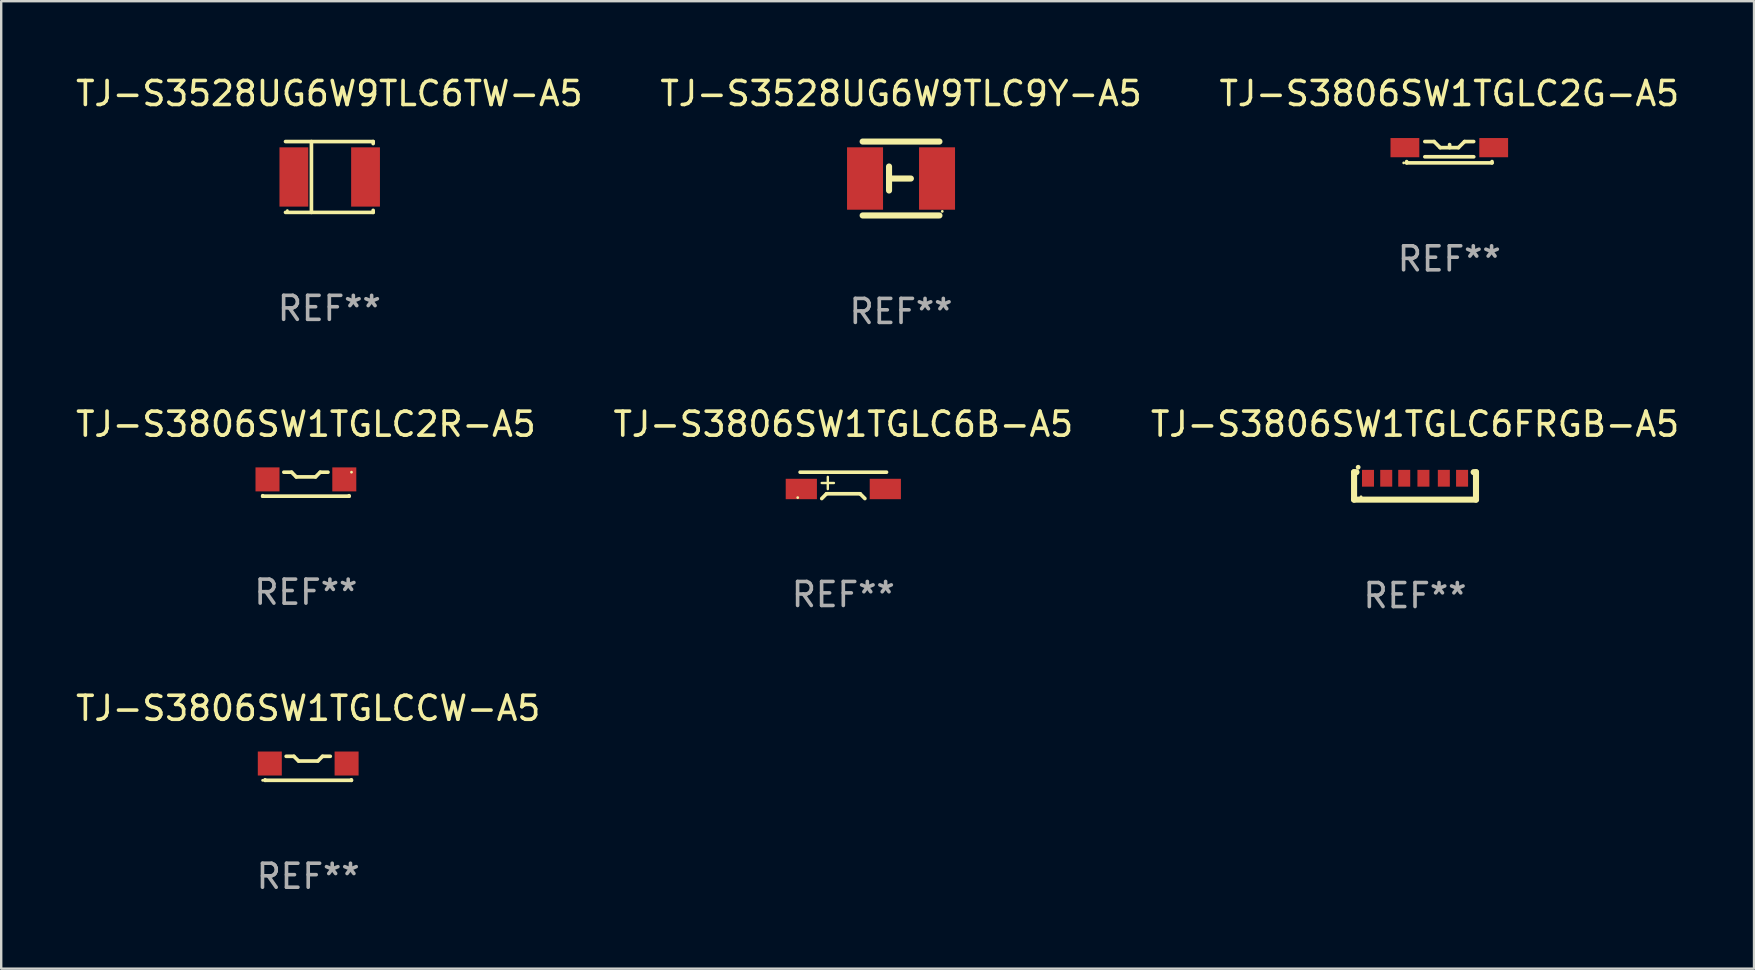
<source format=kicad_pcb>
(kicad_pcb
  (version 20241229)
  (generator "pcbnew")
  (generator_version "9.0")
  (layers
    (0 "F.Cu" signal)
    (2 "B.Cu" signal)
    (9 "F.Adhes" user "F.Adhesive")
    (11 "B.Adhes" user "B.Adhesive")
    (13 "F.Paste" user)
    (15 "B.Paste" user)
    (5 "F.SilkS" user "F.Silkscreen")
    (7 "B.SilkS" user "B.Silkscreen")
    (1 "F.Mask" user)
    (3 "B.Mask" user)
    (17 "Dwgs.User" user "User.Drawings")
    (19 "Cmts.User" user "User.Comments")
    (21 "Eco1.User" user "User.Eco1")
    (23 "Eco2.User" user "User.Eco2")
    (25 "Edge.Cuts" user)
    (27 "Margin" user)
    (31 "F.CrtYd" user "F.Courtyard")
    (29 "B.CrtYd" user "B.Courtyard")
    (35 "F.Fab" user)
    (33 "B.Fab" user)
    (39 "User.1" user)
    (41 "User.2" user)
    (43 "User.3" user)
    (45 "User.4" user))
  (footprint "TJ-S3806SW1TGLC2G-A5"
    (layer "F.Cu")
    (at 57.339 3.292)
    (property "Reference" "TJ-S3806SW1TGLC2G-A5" (at 0 -2.444 0) (layer "F.SilkS") (effects (font (size 1 1) (thickness 0.15))))
    (attr through_hole)
    (fp_line (start -1.777 0.444) (end -1.777 0.391) (stroke (width 0.152) (type solid)) (layer "F.SilkS"))
    (fp_line (start -1.019 0.191) (end 1.019 0.191) (stroke (width 0.152) (type solid)) (layer "F.SilkS"))
    (fp_line (start -0.635 -0.444) (end -1.019 -0.444) (stroke (width 0.152) (type solid)) (layer "F.SilkS"))
    (fp_line (start -0.381 -0.19) (end -0.635 -0.444) (stroke (width 0.152) (type solid)) (layer "F.SilkS"))
    (fp_line (start 0.013 -0.19) (end 0.013 -0.317) (stroke (width 0.152) (type solid)) (layer "F.SilkS"))
    (fp_line (start 0.381 -0.19) (end -0.381 -0.19) (stroke (width 0.152) (type solid)) (layer "F.SilkS"))
    (fp_line (start 0.635 -0.444) (end 0.381 -0.19) (stroke (width 0.152) (type solid)) (layer "F.SilkS"))
    (fp_line (start 1.016 -0.444) (end 0.635 -0.444) (stroke (width 0.152) (type solid)) (layer "F.SilkS"))
    (fp_line (start 1.779 0.444) (end -1.777 0.444) (stroke (width 0.152) (type solid)) (layer "F.SilkS"))
    (fp_line (start 1.779 0.444) (end 1.779 0.39) (stroke (width 0.152) (type solid)) (layer "F.SilkS"))
    (fp_circle (center -1.9 0.445) (end -1.87 0.445) (stroke (width 0.06) (type solid)) (fill no) (layer "F.SilkS"))
    (fp_text user "REF**" (at 0 4.444 0) (layer "F.Fab") (effects (font (size 1 1) (thickness 0.15))))
    (pad "1" smd rect (at -1.85 -0.19 90) (size 0.8 1.2) (layers "F.Cu" "F.Mask" "F.Paste"))
    (pad "2" smd rect (at 1.85 -0.19 90) (size 0.8 1.2) (layers "F.Cu" "F.Mask" "F.Paste")))
  (footprint "TJ-S3806SW1TGLC6B-A5"
    (layer "F.Cu")
    (at 32.089 17.174)
    (property "Reference" "TJ-S3806SW1TGLC6B-A5" (at 0 -2.549 0) (layer "F.SilkS") (effects (font (size 1 1) (thickness 0.15))))
    (attr through_hole)
    (fp_line (start -0.9 -0.099) (end -0.392 -0.099) (stroke (width 0.1) (type solid)) (layer "F.SilkS"))
    (fp_line (start -0.899 0.549) (end -0.701 0.351) (stroke (width 0.152) (type solid)) (layer "F.SilkS"))
    (fp_line (start -0.701 0.351) (end 0.701 0.351) (stroke (width 0.152) (type solid)) (layer "F.SilkS"))
    (fp_line (start -0.646 -0.353) (end -0.646 0.155) (stroke (width 0.1) (type solid)) (layer "F.SilkS"))
    (fp_line (start 0.701 0.351) (end 0.899 0.549) (stroke (width 0.152) (type solid)) (layer "F.SilkS"))
    (fp_line (start 1.8 -0.549) (end -1.8 -0.549) (stroke (width 0.152) (type solid)) (layer "F.SilkS"))
    (fp_circle (center -1.9 0.511) (end -1.87 0.511) (stroke (width 0.06) (type solid)) (fill no) (layer "F.SilkS"))
    (fp_text user "REF**" (at 0 4.549 0) (layer "F.Fab") (effects (font (size 1 1) (thickness 0.15))))
    (pad "1" smd rect (at -1.75 0.151 180) (size 1.3 0.85) (layers "F.Cu" "F.Mask" "F.Paste"))
    (pad "2" smd rect (at 1.75 0.151 180) (size 1.3 0.85) (layers "F.Cu" "F.Mask" "F.Paste")))
  (footprint "TJ-S3806SW1TGLCCW-A5"
    (layer "F.Cu")
    (at 9.792 28.964)
    (property "Reference" "TJ-S3806SW1TGLCCW-A5" (at 0 -2.5 0) (layer "F.SilkS") (effects (font (size 1 1) (thickness 0.15))))
    (attr through_hole)
    (fp_line (start -1.8 0.5) (end -1.8 0.48) (stroke (width 0.152) (type solid)) (layer "F.SilkS"))
    (fp_line (start -0.919 -0.5) (end -0.597 -0.5) (stroke (width 0.152) (type solid)) (layer "F.SilkS"))
    (fp_line (start -0.597 -0.5) (end -0.401 -0.304) (stroke (width 0.152) (type solid)) (layer "F.SilkS"))
    (fp_line (start -0.401 -0.304) (end 0.402 -0.304) (stroke (width 0.152) (type solid)) (layer "F.SilkS"))
    (fp_line (start 0.402 -0.304) (end 0.597 -0.5) (stroke (width 0.152) (type solid)) (layer "F.SilkS"))
    (fp_line (start 0.597 -0.5) (end 0.92 -0.5) (stroke (width 0.152) (type solid)) (layer "F.SilkS"))
    (fp_line (start 1.8 0.5) (end -1.8 0.5) (stroke (width 0.152) (type solid)) (layer "F.SilkS"))
    (fp_line (start 1.8 0.5) (end 1.8 0.48) (stroke (width 0.152) (type solid)) (layer "F.SilkS"))
    (fp_circle (center -1.9 0.5) (end -1.87 0.5) (stroke (width 0.06) (type solid)) (fill no) (layer "F.SilkS"))
    (fp_text user "REF**" (at 0 4.5 0) (layer "F.Fab") (effects (font (size 1 1) (thickness 0.15))))
    (pad "1" smd rect (at -1.6 -0.2) (size 1 1) (layers "F.Cu" "F.Mask" "F.Paste"))
    (pad "2" smd rect (at 1.6 -0.2) (size 1 1) (layers "F.Cu" "F.Mask" "F.Paste")))
  (footprint "TJ-S3528UG6W9TLC6TW-A5"
    (layer "F.Cu")
    (at 10.673 4.324)
    (property "Reference" "TJ-S3528UG6W9TLC6TW-A5" (at 0 -3.476 0) (layer "F.SilkS") (effects (font (size 1 1) (thickness 0.15))))
    (attr through_hole)
    (fp_line (start -1.826 -1.476) (end 1.826 -1.476) (stroke (width 0.152) (type solid)) (layer "F.SilkS"))
    (fp_line (start -1.826 1.476) (end 1.826 1.476) (stroke (width 0.152) (type solid)) (layer "F.SilkS"))
    (fp_line (start -0.747 -1.476) (end -0.747 1.476) (stroke (width 0.152) (type solid)) (layer "F.SilkS"))
    (fp_line (start 1.826 -1.476) (end 1.826 -1.391) (stroke (width 0.152) (type solid)) (layer "F.SilkS"))
    (fp_line (start 1.826 1.476) (end 1.826 1.391) (stroke (width 0.152) (type solid)) (layer "F.SilkS"))
    (fp_circle (center -1.75 1.4) (end -1.72 1.4) (stroke (width 0.06) (type solid)) (fill no) (layer "F.SilkS"))
    (fp_text user "REF**" (at 0 5.476 0) (layer "F.Fab") (effects (font (size 1 1) (thickness 0.15))))
    (pad "1" smd rect (at -1.478 0) (size 1.2 2.47) (layers "F.Cu" "F.Mask" "F.Paste"))
    (pad "2" smd rect (at 1.508 0) (size 1.2 2.47) (layers "F.Cu" "F.Mask" "F.Paste")))
  (footprint "TJ-S3528UG6W9TLC9Y-A5"
    (layer "F.Cu")
    (at 34.494 4.388)
    (property "Reference" "TJ-S3528UG6W9TLC9Y-A5" (at 0 -3.54 0) (layer "F.SilkS") (effects (font (size 1 1) (thickness 0.15))))
    (attr through_hole)
    (fp_line (start -0.5 -0.5) (end -0.5 0.5) (stroke (width 0.254) (type solid)) (layer "F.SilkS"))
    (fp_line (start 0.41 0.001) (end -0.43 0.001) (stroke (width 0.254) (type solid)) (layer "F.SilkS"))
    (fp_line (start 1.6 -1.54) (end -1.6 -1.54) (stroke (width 0.254) (type solid)) (layer "F.SilkS"))
    (fp_line (start 1.6 1.54) (end -1.6 1.54) (stroke (width 0.254) (type solid)) (layer "F.SilkS"))
    (fp_circle (center 1.718 1.37) (end 1.748 1.37) (stroke (width 0.06) (type solid)) (fill no) (layer "F.SilkS"))
    (fp_text user "REF**" (at 0 5.54 0) (layer "F.Fab") (effects (font (size 1 1) (thickness 0.15))))
    (pad "1" smd rect (at 1.5 0 180) (size 1.5 2.6) (layers "F.Cu" "F.Mask" "F.Paste"))
    (pad "2" smd rect (at -1.5 0 180) (size 1.5 2.6) (layers "F.Cu" "F.Mask" "F.Paste")))
  (footprint "TJ-S3806SW1TGLC6FRGB-A5"
    (layer "F.Cu")
    (at 55.911 17.196)
    (property "Reference" "TJ-S3806SW1TGLC6FRGB-A5" (at 0 -2.572 0) (layer "F.SilkS") (effects (font (size 1 1) (thickness 0.15))))
    (attr through_hole)
    (fp_line (start -2.54 -0.572) (end -2.441 -0.572) (stroke (width 0.254) (type solid)) (layer "F.SilkS"))
    (fp_line (start -2.54 0.572) (end -2.54 -0.572) (stroke (width 0.254) (type solid)) (layer "F.SilkS"))
    (fp_line (start 2.441 -0.572) (end 2.54 -0.572) (stroke (width 0.254) (type solid)) (layer "F.SilkS"))
    (fp_line (start 2.54 -0.572) (end 2.54 0.572) (stroke (width 0.254) (type solid)) (layer "F.SilkS"))
    (fp_line (start 2.54 0.572) (end -2.54 0.572) (stroke (width 0.254) (type solid)) (layer "F.SilkS"))
    (fp_circle (center -2.37 -0.777) (end -2.32 -0.777) (stroke (width 0.1) (type solid)) (fill no) (layer "F.SilkS"))
    (fp_circle (center -2.25 0.453) (end -2.22 0.453) (stroke (width 0.06) (type solid)) (fill no) (layer "F.SilkS"))
    (fp_text user "REF**" (at 0 4.572 0) (layer "F.Fab") (effects (font (size 1 1) (thickness 0.15))))
    (pad "1" smd rect (at -1.96 -0.318) (size 0.5 0.7) (layers "F.Cu" "F.Mask" "F.Paste"))
    (pad "2" smd rect (at -1.2 -0.318) (size 0.5 0.7) (layers "F.Cu" "F.Mask" "F.Paste"))
    (pad "3" smd rect (at -0.45 -0.318) (size 0.5 0.7) (layers "F.Cu" "F.Mask" "F.Paste"))
    (pad "4" smd rect (at 0.35 -0.318) (size 0.5 0.7) (layers "F.Cu" "F.Mask" "F.Paste"))
    (pad "5" smd rect (at 1.2 -0.318) (size 0.5 0.7) (layers "F.Cu" "F.Mask" "F.Paste"))
    (pad "6" smd rect (at 1.96 -0.318) (size 0.5 0.7) (layers "F.Cu" "F.Mask" "F.Paste")))
  (footprint "TJ-S3806SW1TGLC2R-A5"
    (layer "F.Cu")
    (at 9.696 17.125)
    (property "Reference" "TJ-S3806SW1TGLC2R-A5" (at 0 -2.5 0) (layer "F.SilkS") (effects (font (size 1 1) (thickness 0.15))))
    (attr through_hole)
    (fp_line (start -1.8 0.5) (end -1.8 0.48) (stroke (width 0.152) (type solid)) (layer "F.SilkS"))
    (fp_line (start -0.919 -0.5) (end -0.597 -0.5) (stroke (width 0.152) (type solid)) (layer "F.SilkS"))
    (fp_line (start -0.597 -0.5) (end -0.401 -0.304) (stroke (width 0.152) (type solid)) (layer "F.SilkS"))
    (fp_line (start -0.401 -0.304) (end 0.402 -0.304) (stroke (width 0.152) (type solid)) (layer "F.SilkS"))
    (fp_line (start 0.402 -0.304) (end 0.597 -0.5) (stroke (width 0.152) (type solid)) (layer "F.SilkS"))
    (fp_line (start 0.597 -0.5) (end 0.92 -0.5) (stroke (width 0.152) (type solid)) (layer "F.SilkS"))
    (fp_line (start 1.8 0.5) (end -1.8 0.5) (stroke (width 0.152) (type solid)) (layer "F.SilkS"))
    (fp_line (start 1.8 0.5) (end 1.8 0.48) (stroke (width 0.152) (type solid)) (layer "F.SilkS"))
    (fp_circle (center 1.9 -0.5) (end 1.93 -0.5) (stroke (width 0.06) (type solid)) (fill no) (layer "F.SilkS"))
    (fp_text user "REF**" (at 0 4.5 0) (layer "F.Fab") (effects (font (size 1 1) (thickness 0.15))))
    (pad "1" smd rect (at 1.6 -0.2) (size 1 1) (layers "F.Cu" "F.Mask" "F.Paste"))
    (pad "2" smd rect (at -1.6 -0.2) (size 1 1) (layers "F.Cu" "F.Mask" "F.Paste")))
  (gr_rect
    (start -3 -3)
    (end 70.036 37.312)
    (stroke (width 0.1) (type default))
    (fill no)
    (layer "Edge.Cuts")))
</source>
